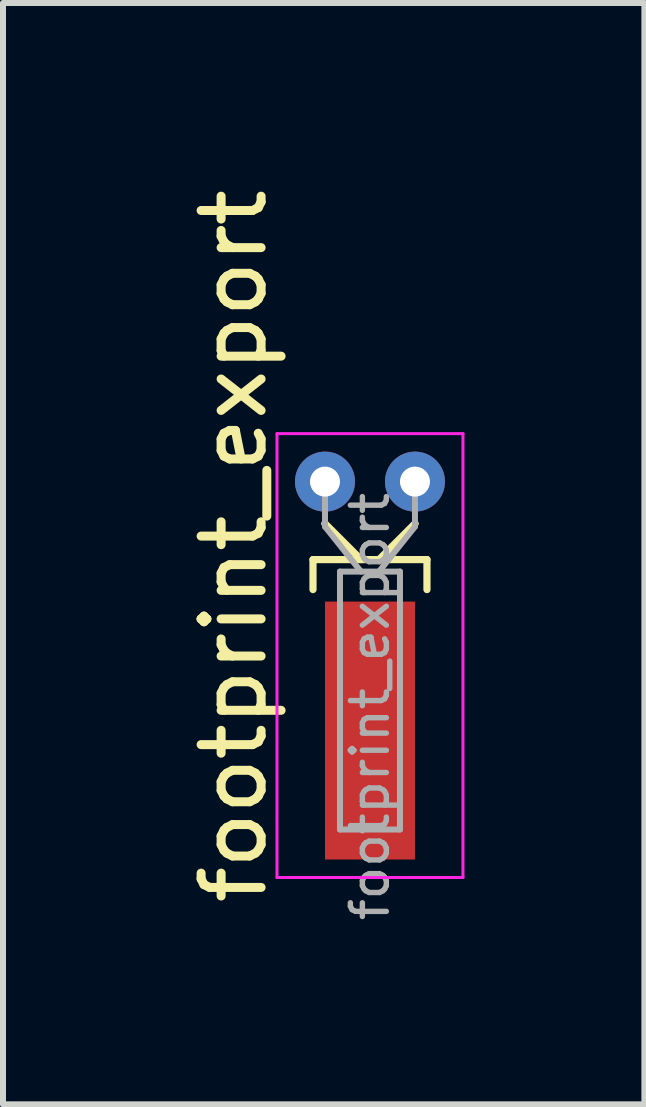
<source format=kicad_pcb>
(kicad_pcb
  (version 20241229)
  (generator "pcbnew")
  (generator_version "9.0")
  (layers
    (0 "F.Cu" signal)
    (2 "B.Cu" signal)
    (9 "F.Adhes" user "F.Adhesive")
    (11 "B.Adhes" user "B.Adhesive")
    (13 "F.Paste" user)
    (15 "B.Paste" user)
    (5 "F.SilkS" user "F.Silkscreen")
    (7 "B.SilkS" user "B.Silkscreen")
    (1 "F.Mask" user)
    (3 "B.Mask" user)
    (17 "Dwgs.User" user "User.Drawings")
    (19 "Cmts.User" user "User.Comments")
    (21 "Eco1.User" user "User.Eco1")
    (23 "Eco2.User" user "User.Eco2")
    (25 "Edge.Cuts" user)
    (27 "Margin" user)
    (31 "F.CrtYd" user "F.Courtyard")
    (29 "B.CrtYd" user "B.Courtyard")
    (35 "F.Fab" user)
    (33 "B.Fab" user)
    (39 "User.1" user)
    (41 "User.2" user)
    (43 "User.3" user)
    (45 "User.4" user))
  (footprint "footprint_export"
    (layer "F.Cu")
    (at 2.368 4.979)
    (property "Reference" "footprint_export" (at -1.52 1.075 90) (layer "F.SilkS") (effects (font (size 1 1) (thickness 0.15))))
    (attr through_hole)
    (fp_line (start -0.2 1.3) (end 1.7 1.3) (stroke (width 0.12) (type solid)) (layer "F.SilkS"))
    (fp_line (start -0.2 1.8) (end -0.2 1.3) (stroke (width 0.12) (type solid)) (layer "F.SilkS"))
    (fp_line (start 0 0.7) (end 0 0.7) (stroke (width 0.12) (type solid)) (layer "F.SilkS"))
    (fp_line (start 0.6 1.3) (end 0 0.7) (stroke (width 0.12) (type solid)) (layer "F.SilkS"))
    (fp_line (start 0.9 1.3) (end 1.5 0.7) (stroke (width 0.12) (type solid)) (layer "F.SilkS"))
    (fp_line (start 1.5 0.7) (end 1.5 0.7) (stroke (width 0.12) (type solid)) (layer "F.SilkS"))
    (fp_line (start 1.7 1.3) (end 1.7 1.8) (stroke (width 0.12) (type solid)) (layer "F.SilkS"))
    (fp_line (start -0.8 -0.8) (end -0.8 6.6) (stroke (width 0.05) (type solid)) (layer "F.CrtYd"))
    (fp_line (start -0.8 6.6) (end 2.3 6.6) (stroke (width 0.05) (type solid)) (layer "F.CrtYd"))
    (fp_line (start 2.3 -0.8) (end -0.8 -0.8) (stroke (width 0.05) (type solid)) (layer "F.CrtYd"))
    (fp_line (start 2.3 6.6) (end 2.3 -0.8) (stroke (width 0.05) (type solid)) (layer "F.CrtYd"))
    (fp_line (start 0 0.75) (end 0 0) (stroke (width 0.1) (type solid)) (layer "F.Fab"))
    (fp_line (start 0.25 1.5) (end 0.25 5.8) (stroke (width 0.1) (type solid)) (layer "F.Fab"))
    (fp_line (start 0.25 5.8) (end 1.25 5.8) (stroke (width 0.1) (type solid)) (layer "F.Fab"))
    (fp_line (start 0.6 1.5) (end 0 0.75) (stroke (width 0.1) (type solid)) (layer "F.Fab"))
    (fp_line (start 0.9 1.5) (end 1.5 0.75) (stroke (width 0.1) (type solid)) (layer "F.Fab"))
    (fp_line (start 1.25 1.5) (end 0.25 1.5) (stroke (width 0.1) (type solid)) (layer "F.Fab"))
    (fp_line (start 1.25 5.8) (end 1.25 1.5) (stroke (width 0.1) (type solid)) (layer "F.Fab"))
    (fp_line (start 1.5 0.75) (end 1.5 0) (stroke (width 0.1) (type solid)) (layer "F.Fab"))
    (fp_text user "${REFERENCE}" (at 0.75 3.75 90) (layer "F.Fab") (effects (font (size 0.6 0.6) (thickness 0.09))))
    (pad "1" thru_hole circle (at 0 0) (size 1 1) (drill 0.5) (layers "*.Cu" "*.Mask"))
    (pad "2" thru_hole circle (at 1.5 0) (size 1 1) (drill 0.5) (layers "*.Cu" "*.Mask"))
    (pad "3" smd rect (at 0.75 4.15) (size 1.5 4.3) (layers "F.Cu" "F.Mask" "F.Paste")))
  (gr_rect
    (start -3 -3)
    (end 7.693 15.361)
    (stroke (width 0.1) (type default))
    (fill no)
    (layer "Edge.Cuts")))
</source>
